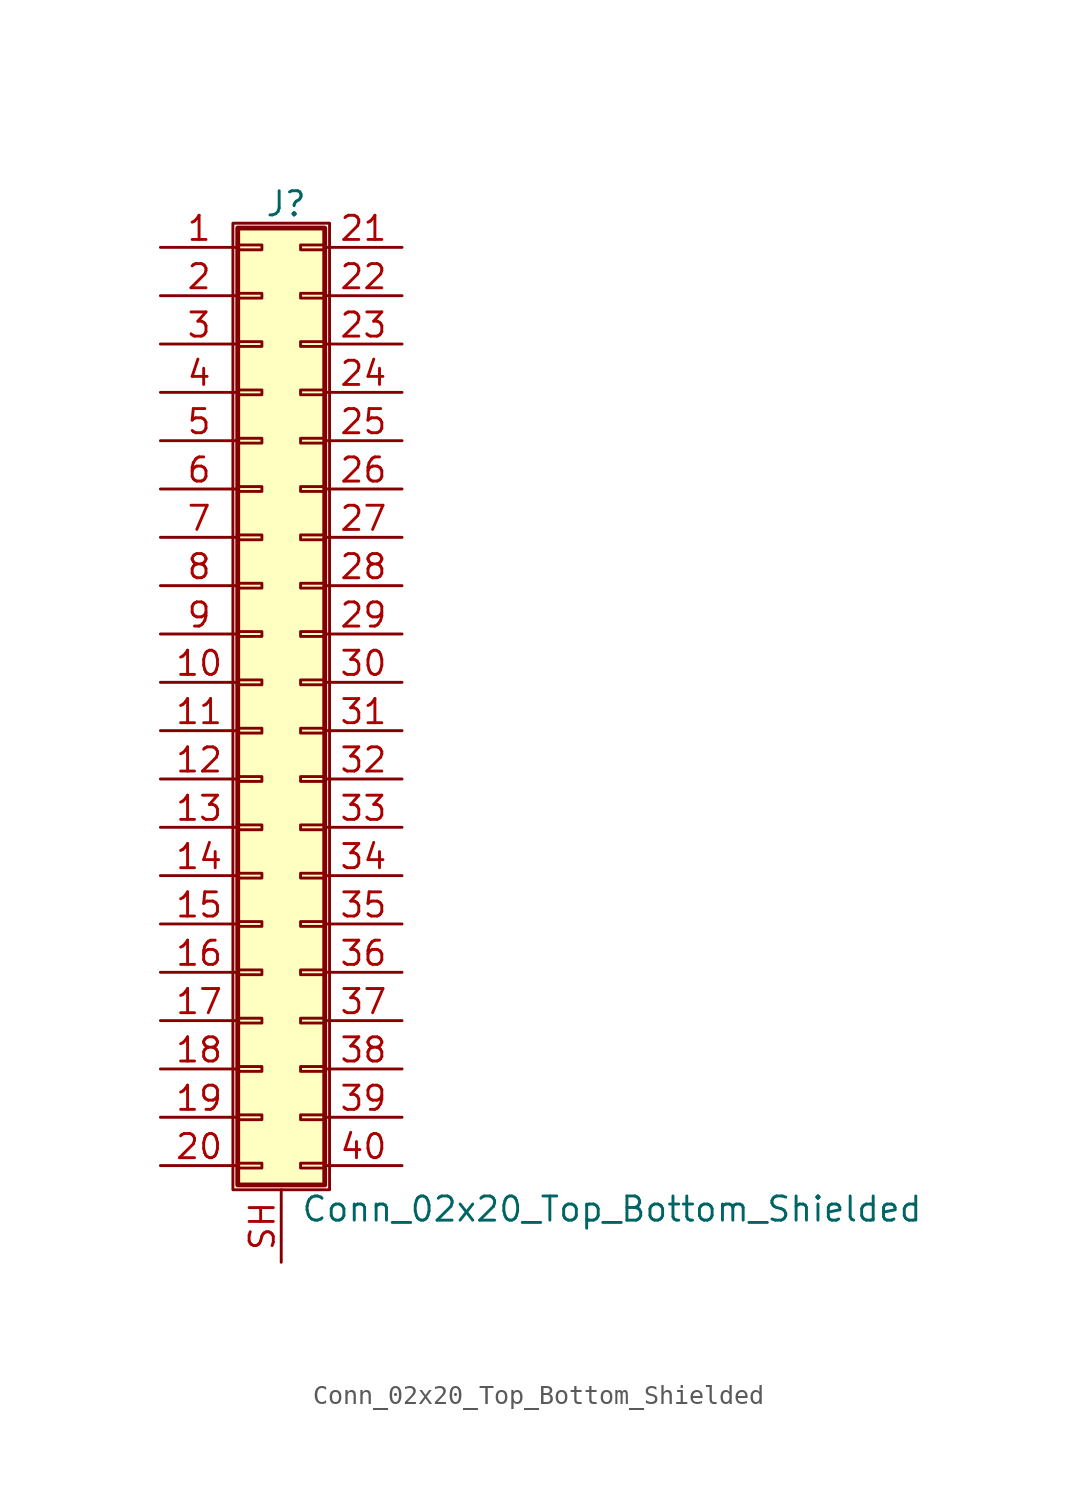
<source format=kicad_sym>
(kicad_symbol_lib
  (version 20201005)
  (generator kicad_symbol_editor)
  (symbol "Conn_02x20_Top_Bottom_Shielded"
    (pin_names
      (offset 1.016) hide)
    (property "Reference" "J"
      (at 1.524 25.146 0)
      (effects (font (size 1.27 1.27))))
    (property "Value" "Conn_02x20_Top_Bottom_Shielded"
      (at 2.286 -27.686 0)
      (effects (font (size 1.27 1.27)) (justify left)))
    (symbol "Conn_02x20_Top_Bottom_Shielded_1_1"
      (rectangle (start -1.27 24.13) (end 3.81 -26.67) (stroke (width 0.152)) (fill (type none)))
      (rectangle (start -1.016 -25.273) (end 0.254 -25.527) (stroke (width 0.152)) (fill (type none)))
      (rectangle (start -1.016 -22.733) (end 0.254 -22.987) (stroke (width 0.152)) (fill (type none)))
      (rectangle (start -1.016 -20.193) (end 0.254 -20.447) (stroke (width 0.152)) (fill (type none)))
      (rectangle (start -1.016 -17.653) (end 0.254 -17.907) (stroke (width 0.152)) (fill (type none)))
      (rectangle (start -1.016 -15.113) (end 0.254 -15.367) (stroke (width 0.152)) (fill (type none)))
      (rectangle (start -1.016 -12.573) (end 0.254 -12.827) (stroke (width 0.152)) (fill (type none)))
      (rectangle (start -1.016 -10.033) (end 0.254 -10.287) (stroke (width 0.152)) (fill (type none)))
      (rectangle (start -1.016 -7.493) (end 0.254 -7.747) (stroke (width 0.152)) (fill (type none)))
      (rectangle (start -1.016 -4.953) (end 0.254 -5.207) (stroke (width 0.152)) (fill (type none)))
      (rectangle (start -1.016 -2.413) (end 0.254 -2.667) (stroke (width 0.152)) (fill (type none)))
      (rectangle (start -1.016 0.127) (end 0.254 -0.127) (stroke (width 0.152)) (fill (type none)))
      (rectangle (start -1.016 2.667) (end 0.254 2.413) (stroke (width 0.152)) (fill (type none)))
      (rectangle (start -1.016 5.207) (end 0.254 4.953) (stroke (width 0.152)) (fill (type none)))
      (rectangle (start -1.016 7.747) (end 0.254 7.493) (stroke (width 0.152)) (fill (type none)))
      (rectangle (start -1.016 10.287) (end 0.254 10.033) (stroke (width 0.152)) (fill (type none)))
      (rectangle (start -1.016 12.827) (end 0.254 12.573) (stroke (width 0.152)) (fill (type none)))
      (rectangle (start -1.016 15.367) (end 0.254 15.113) (stroke (width 0.152)) (fill (type none)))
      (rectangle (start -1.016 17.907) (end 0.254 17.653) (stroke (width 0.152)) (fill (type none)))
      (rectangle (start -1.016 20.447) (end 0.254 20.193) (stroke (width 0.152)) (fill (type none)))
      (rectangle (start -1.016 22.987) (end 0.254 22.733) (stroke (width 0.152)) (fill (type none)))
      (rectangle (start 3.556 -25.273) (end 2.286 -25.527) (stroke (width 0.152)) (fill (type none)))
      (rectangle (start 3.556 -22.733) (end 2.286 -22.987) (stroke (width 0.152)) (fill (type none)))
      (rectangle (start 3.556 -20.193) (end 2.286 -20.447) (stroke (width 0.152)) (fill (type none)))
      (rectangle (start 3.556 -17.653) (end 2.286 -17.907) (stroke (width 0.152)) (fill (type none)))
      (rectangle (start 3.556 -15.113) (end 2.286 -15.367) (stroke (width 0.152)) (fill (type none)))
      (rectangle (start 3.556 -12.573) (end 2.286 -12.827) (stroke (width 0.152)) (fill (type none)))
      (rectangle (start 3.556 -10.033) (end 2.286 -10.287) (stroke (width 0.152)) (fill (type none)))
      (rectangle (start 3.556 -7.493) (end 2.286 -7.747) (stroke (width 0.152)) (fill (type none)))
      (rectangle (start 3.556 -4.953) (end 2.286 -5.207) (stroke (width 0.152)) (fill (type none)))
      (rectangle (start 3.556 -2.413) (end 2.286 -2.667) (stroke (width 0.152)) (fill (type none)))
      (rectangle (start 3.556 0.127) (end 2.286 -0.127) (stroke (width 0.152)) (fill (type none)))
      (rectangle (start 3.556 2.667) (end 2.286 2.413) (stroke (width 0.152)) (fill (type none)))
      (rectangle (start 3.556 5.207) (end 2.286 4.953) (stroke (width 0.152)) (fill (type none)))
      (rectangle (start 3.556 7.747) (end 2.286 7.493) (stroke (width 0.152)) (fill (type none)))
      (rectangle (start 3.556 10.287) (end 2.286 10.033) (stroke (width 0.152)) (fill (type none)))
      (rectangle (start 3.556 12.827) (end 2.286 12.573) (stroke (width 0.152)) (fill (type none)))
      (rectangle (start 3.556 15.367) (end 2.286 15.113) (stroke (width 0.152)) (fill (type none)))
      (rectangle (start 3.556 17.907) (end 2.286 17.653) (stroke (width 0.152)) (fill (type none)))
      (rectangle (start 3.556 20.447) (end 2.286 20.193) (stroke (width 0.152)) (fill (type none)))
      (rectangle (start 3.556 22.987) (end 2.286 22.733) (stroke (width 0.152)) (fill (type none)))
      (rectangle (start -1.016 23.876) (end 3.556 -26.416) (stroke (width 0.254)) (fill (type background)))
      (pin passive line (at -5.08 22.86 0) (length 4.064) (name "Pin_1" (effects (font (size 1.27 1.27)))) (number "1" (effects (font (size 1.27 1.27)))))
      (pin passive line (at -5.08 0 0) (length 4.064) (name "Pin_10" (effects (font (size 1.27 1.27)))) (number "10" (effects (font (size 1.27 1.27)))))
      (pin passive line (at -5.08 -2.54 0) (length 4.064) (name "Pin_11" (effects (font (size 1.27 1.27)))) (number "11" (effects (font (size 1.27 1.27)))))
      (pin passive line (at -5.08 -5.08 0) (length 4.064) (name "Pin_12" (effects (font (size 1.27 1.27)))) (number "12" (effects (font (size 1.27 1.27)))))
      (pin passive line (at -5.08 -7.62 0) (length 4.064) (name "Pin_13" (effects (font (size 1.27 1.27)))) (number "13" (effects (font (size 1.27 1.27)))))
      (pin passive line (at -5.08 -10.16 0) (length 4.064) (name "Pin_14" (effects (font (size 1.27 1.27)))) (number "14" (effects (font (size 1.27 1.27)))))
      (pin passive line (at -5.08 -12.7 0) (length 4.064) (name "Pin_15" (effects (font (size 1.27 1.27)))) (number "15" (effects (font (size 1.27 1.27)))))
      (pin passive line (at -5.08 -15.24 0) (length 4.064) (name "Pin_16" (effects (font (size 1.27 1.27)))) (number "16" (effects (font (size 1.27 1.27)))))
      (pin passive line (at -5.08 -17.78 0) (length 4.064) (name "Pin_17" (effects (font (size 1.27 1.27)))) (number "17" (effects (font (size 1.27 1.27)))))
      (pin passive line (at -5.08 -20.32 0) (length 4.064) (name "Pin_18" (effects (font (size 1.27 1.27)))) (number "18" (effects (font (size 1.27 1.27)))))
      (pin passive line (at -5.08 -22.86 0) (length 4.064) (name "Pin_19" (effects (font (size 1.27 1.27)))) (number "19" (effects (font (size 1.27 1.27)))))
      (pin passive line (at -5.08 20.32 0) (length 4.064) (name "Pin_2" (effects (font (size 1.27 1.27)))) (number "2" (effects (font (size 1.27 1.27)))))
      (pin passive line (at -5.08 -25.4 0) (length 4.064) (name "Pin_20" (effects (font (size 1.27 1.27)))) (number "20" (effects (font (size 1.27 1.27)))))
      (pin passive line (at 7.62 22.86 180) (length 4.064) (name "Pin_21" (effects (font (size 1.27 1.27)))) (number "21" (effects (font (size 1.27 1.27)))))
      (pin passive line (at 7.62 20.32 180) (length 4.064) (name "Pin_22" (effects (font (size 1.27 1.27)))) (number "22" (effects (font (size 1.27 1.27)))))
      (pin passive line (at 7.62 17.78 180) (length 4.064) (name "Pin_23" (effects (font (size 1.27 1.27)))) (number "23" (effects (font (size 1.27 1.27)))))
      (pin passive line (at 7.62 15.24 180) (length 4.064) (name "Pin_24" (effects (font (size 1.27 1.27)))) (number "24" (effects (font (size 1.27 1.27)))))
      (pin passive line (at 7.62 12.7 180) (length 4.064) (name "Pin_25" (effects (font (size 1.27 1.27)))) (number "25" (effects (font (size 1.27 1.27)))))
      (pin passive line (at 7.62 10.16 180) (length 4.064) (name "Pin_26" (effects (font (size 1.27 1.27)))) (number "26" (effects (font (size 1.27 1.27)))))
      (pin passive line (at 7.62 7.62 180) (length 4.064) (name "Pin_27" (effects (font (size 1.27 1.27)))) (number "27" (effects (font (size 1.27 1.27)))))
      (pin passive line (at 7.62 5.08 180) (length 4.064) (name "Pin_28" (effects (font (size 1.27 1.27)))) (number "28" (effects (font (size 1.27 1.27)))))
      (pin passive line (at 7.62 2.54 180) (length 4.064) (name "Pin_29" (effects (font (size 1.27 1.27)))) (number "29" (effects (font (size 1.27 1.27)))))
      (pin passive line (at -5.08 17.78 0) (length 4.064) (name "Pin_3" (effects (font (size 1.27 1.27)))) (number "3" (effects (font (size 1.27 1.27)))))
      (pin passive line (at 7.62 0 180) (length 4.064) (name "Pin_30" (effects (font (size 1.27 1.27)))) (number "30" (effects (font (size 1.27 1.27)))))
      (pin passive line (at 7.62 -2.54 180) (length 4.064) (name "Pin_31" (effects (font (size 1.27 1.27)))) (number "31" (effects (font (size 1.27 1.27)))))
      (pin passive line (at 7.62 -5.08 180) (length 4.064) (name "Pin_32" (effects (font (size 1.27 1.27)))) (number "32" (effects (font (size 1.27 1.27)))))
      (pin passive line (at 7.62 -7.62 180) (length 4.064) (name "Pin_33" (effects (font (size 1.27 1.27)))) (number "33" (effects (font (size 1.27 1.27)))))
      (pin passive line (at 7.62 -10.16 180) (length 4.064) (name "Pin_34" (effects (font (size 1.27 1.27)))) (number "34" (effects (font (size 1.27 1.27)))))
      (pin passive line (at 7.62 -12.7 180) (length 4.064) (name "Pin_35" (effects (font (size 1.27 1.27)))) (number "35" (effects (font (size 1.27 1.27)))))
      (pin passive line (at 7.62 -15.24 180) (length 4.064) (name "Pin_36" (effects (font (size 1.27 1.27)))) (number "36" (effects (font (size 1.27 1.27)))))
      (pin passive line (at 7.62 -17.78 180) (length 4.064) (name "Pin_37" (effects (font (size 1.27 1.27)))) (number "37" (effects (font (size 1.27 1.27)))))
      (pin passive line (at 7.62 -20.32 180) (length 4.064) (name "Pin_38" (effects (font (size 1.27 1.27)))) (number "38" (effects (font (size 1.27 1.27)))))
      (pin passive line (at 7.62 -22.86 180) (length 4.064) (name "Pin_39" (effects (font (size 1.27 1.27)))) (number "39" (effects (font (size 1.27 1.27)))))
      (pin passive line (at -5.08 15.24 0) (length 4.064) (name "Pin_4" (effects (font (size 1.27 1.27)))) (number "4" (effects (font (size 1.27 1.27)))))
      (pin passive line (at 7.62 -25.4 180) (length 4.064) (name "Pin_40" (effects (font (size 1.27 1.27)))) (number "40" (effects (font (size 1.27 1.27)))))
      (pin passive line (at -5.08 12.7 0) (length 4.064) (name "Pin_5" (effects (font (size 1.27 1.27)))) (number "5" (effects (font (size 1.27 1.27)))))
      (pin passive line (at -5.08 10.16 0) (length 4.064) (name "Pin_6" (effects (font (size 1.27 1.27)))) (number "6" (effects (font (size 1.27 1.27)))))
      (pin passive line (at -5.08 7.62 0) (length 4.064) (name "Pin_7" (effects (font (size 1.27 1.27)))) (number "7" (effects (font (size 1.27 1.27)))))
      (pin passive line (at -5.08 5.08 0) (length 4.064) (name "Pin_8" (effects (font (size 1.27 1.27)))) (number "8" (effects (font (size 1.27 1.27)))))
      (pin passive line (at -5.08 2.54 0) (length 4.064) (name "Pin_9" (effects (font (size 1.27 1.27)))) (number "9" (effects (font (size 1.27 1.27)))))
      (pin passive line (at 1.27 -30.48 90) (length 3.81) (name "Shield" (effects (font (size 1.27 1.27)))) (number "SH" (effects (font (size 1.27 1.27))))))))
</source>
